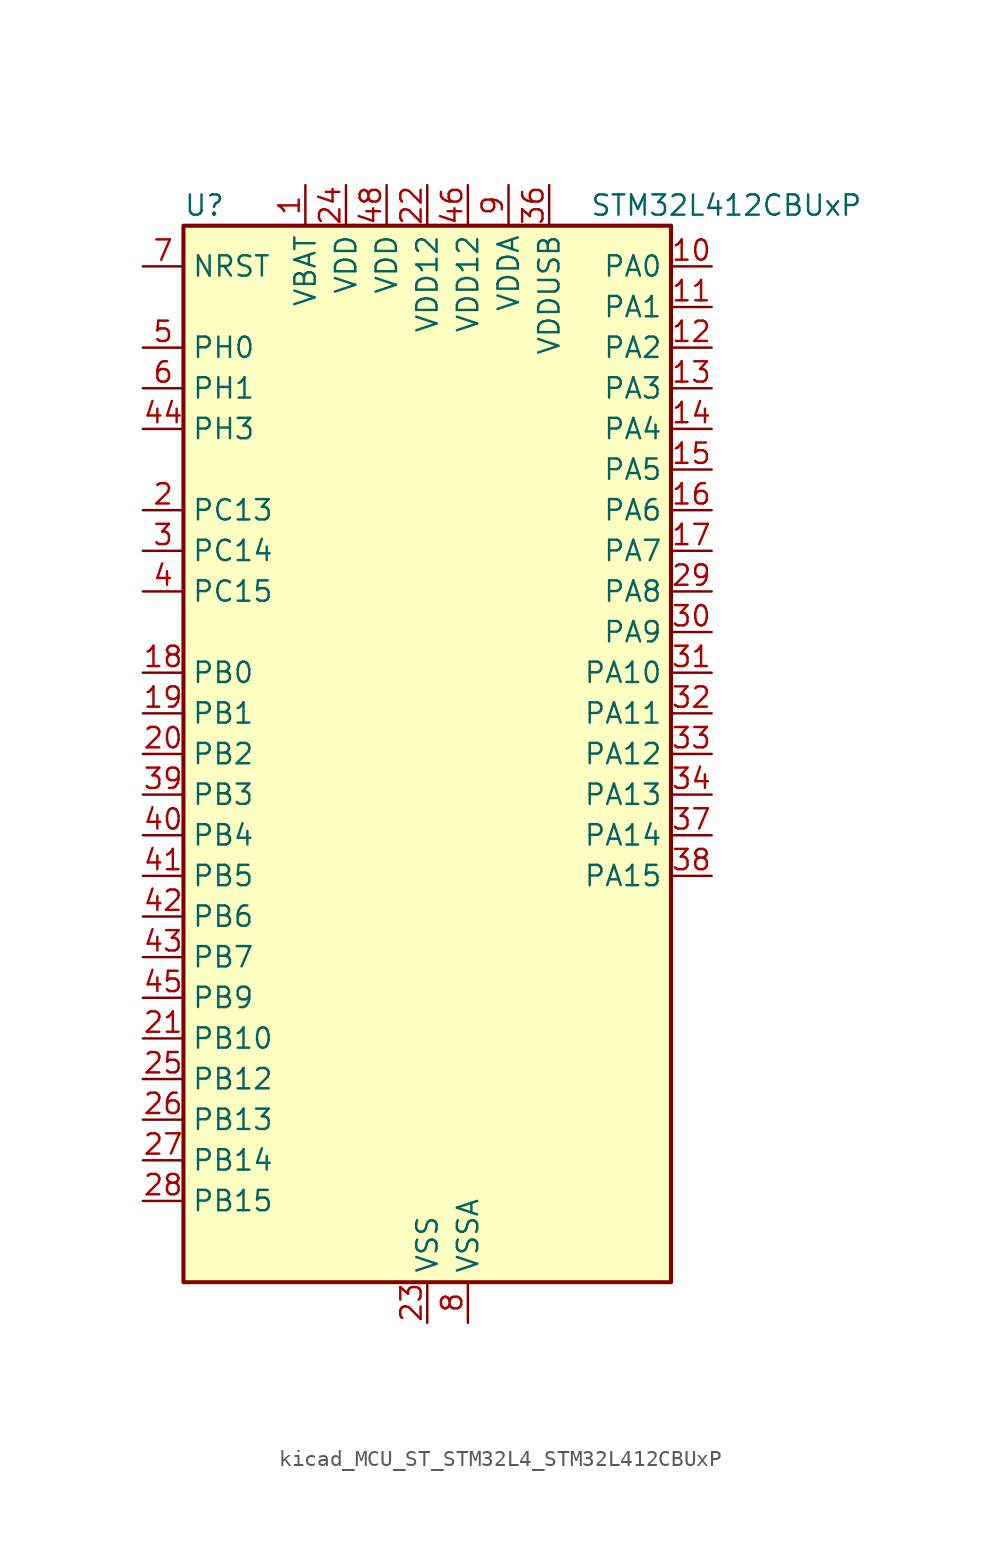
<source format=kicad_sym>
(kicad_symbol_lib
  (version 20220914)
  (generator kicad_symbol_editor)
  (symbol "kicad_MCU_ST_STM32L4_STM32L412CBUxP"
    (property "Reference" "U"
      (at -15.24 34.29 0)
      (effects (font (size 1.27 1.27)) (justify left)))
    (property "Value" "STM32L412CBUxP"
      (at 10.16 34.29 0)
      (effects (font (size 1.27 1.27)) (justify left)))
    (property "ki_locked" ""
      (at 0 0 0)
      (effects (font (size 1.27 1.27))))
    (symbol "kicad_MCU_ST_STM32L4_STM32L412CBUxP_0_1"
      (rectangle (start -15.24 -33.02) (end 15.24 33.02) (stroke (width 0.254) (type default)) (fill (type background))))
    (symbol "kicad_MCU_ST_STM32L4_STM32L412CBUxP_1_1"
      (pin power_in line (at -7.62 35.56 270) (length 2.54) (name "VBAT" (effects (font (size 1.27 1.27)))) (number "1" (effects (font (size 1.27 1.27)))))
      (pin bidirectional line (at 17.78 30.48 180) (length 2.54) (name "PA0" (effects (font (size 1.27 1.27)))) (number "10" (effects (font (size 1.27 1.27)))) (alternate "ADC1_IN5" bidirectional line) (alternate "COMP1_INM" bidirectional line) (alternate "COMP1_OUT" bidirectional line) (alternate "OPAMP1_VINP" bidirectional line) (alternate "RTC_TAMP2" bidirectional line) (alternate "SYS_WKUP1" bidirectional line) (alternate "TIM2_CH1" bidirectional line) (alternate "TIM2_ETR" bidirectional line) (alternate "USART2_CTS" bidirectional line))
      (pin bidirectional line (at 17.78 27.94 180) (length 2.54) (name "PA1" (effects (font (size 1.27 1.27)))) (number "11" (effects (font (size 1.27 1.27)))) (alternate "ADC1_IN6" bidirectional line) (alternate "COMP1_INP" bidirectional line) (alternate "I2C1_SMBA" bidirectional line) (alternate "OPAMP1_VINM" bidirectional line) (alternate "SPI1_SCK" bidirectional line) (alternate "TIM15_CH1N" bidirectional line) (alternate "TIM2_CH2" bidirectional line) (alternate "USART2_DE" bidirectional line) (alternate "USART2_RTS" bidirectional line))
      (pin bidirectional line (at 17.78 25.4 180) (length 2.54) (name "PA2" (effects (font (size 1.27 1.27)))) (number "12" (effects (font (size 1.27 1.27)))) (alternate "ADC1_IN7" bidirectional line) (alternate "ADC2_IN7" bidirectional line) (alternate "LPUART1_TX" bidirectional line) (alternate "QUADSPI_BK1_NCS" bidirectional line) (alternate "RCC_LSCO" bidirectional line) (alternate "SYS_WKUP4" bidirectional line) (alternate "TIM15_CH1" bidirectional line) (alternate "TIM2_CH3" bidirectional line) (alternate "USART2_TX" bidirectional line))
      (pin bidirectional line (at 17.78 22.86 180) (length 2.54) (name "PA3" (effects (font (size 1.27 1.27)))) (number "13" (effects (font (size 1.27 1.27)))) (alternate "ADC1_IN8" bidirectional line) (alternate "ADC2_IN8" bidirectional line) (alternate "LPUART1_RX" bidirectional line) (alternate "OPAMP1_VOUT" bidirectional line) (alternate "QUADSPI_CLK" bidirectional line) (alternate "TIM15_CH2" bidirectional line) (alternate "TIM2_CH4" bidirectional line) (alternate "USART2_RX" bidirectional line))
      (pin bidirectional line (at 17.78 20.32 180) (length 2.54) (name "PA4" (effects (font (size 1.27 1.27)))) (number "14" (effects (font (size 1.27 1.27)))) (alternate "ADC1_IN9" bidirectional line) (alternate "ADC2_IN9" bidirectional line) (alternate "COMP1_INM" bidirectional line) (alternate "LPTIM2_OUT" bidirectional line) (alternate "SPI1_NSS" bidirectional line) (alternate "USART2_CK" bidirectional line))
      (pin bidirectional line (at 17.78 17.78 180) (length 2.54) (name "PA5" (effects (font (size 1.27 1.27)))) (number "15" (effects (font (size 1.27 1.27)))) (alternate "ADC1_IN10" bidirectional line) (alternate "ADC2_IN10" bidirectional line) (alternate "COMP1_INM" bidirectional line) (alternate "LPTIM2_ETR" bidirectional line) (alternate "SPI1_SCK" bidirectional line) (alternate "TIM2_CH1" bidirectional line) (alternate "TIM2_ETR" bidirectional line))
      (pin bidirectional line (at 17.78 15.24 180) (length 2.54) (name "PA6" (effects (font (size 1.27 1.27)))) (number "16" (effects (font (size 1.27 1.27)))) (alternate "ADC1_IN11" bidirectional line) (alternate "ADC2_IN11" bidirectional line) (alternate "COMP1_OUT" bidirectional line) (alternate "LPUART1_CTS" bidirectional line) (alternate "QUADSPI_BK1_IO3" bidirectional line) (alternate "SPI1_MISO" bidirectional line) (alternate "TIM16_CH1" bidirectional line) (alternate "TIM1_BKIN" bidirectional line) (alternate "USART3_CTS" bidirectional line))
      (pin bidirectional line (at 17.78 12.7 180) (length 2.54) (name "PA7" (effects (font (size 1.27 1.27)))) (number "17" (effects (font (size 1.27 1.27)))) (alternate "ADC1_IN12" bidirectional line) (alternate "ADC2_IN12" bidirectional line) (alternate "I2C3_SCL" bidirectional line) (alternate "QUADSPI_BK1_IO2" bidirectional line) (alternate "SPI1_MOSI" bidirectional line) (alternate "TIM1_CH1N" bidirectional line))
      (pin bidirectional line (at -17.78 5.08 0) (length 2.54) (name "PB0" (effects (font (size 1.27 1.27)))) (number "18" (effects (font (size 1.27 1.27)))) (alternate "ADC1_IN15" bidirectional line) (alternate "ADC2_IN15" bidirectional line) (alternate "COMP1_OUT" bidirectional line) (alternate "QUADSPI_BK1_IO1" bidirectional line) (alternate "SPI1_NSS" bidirectional line) (alternate "SYS_TRACED0" bidirectional line) (alternate "TIM1_CH2N" bidirectional line) (alternate "USART3_CK" bidirectional line))
      (pin bidirectional line (at -17.78 2.54 0) (length 2.54) (name "PB1" (effects (font (size 1.27 1.27)))) (number "19" (effects (font (size 1.27 1.27)))) (alternate "ADC1_IN16" bidirectional line) (alternate "ADC2_IN16" bidirectional line) (alternate "COMP1_INM" bidirectional line) (alternate "LPTIM2_IN1" bidirectional line) (alternate "LPUART1_DE" bidirectional line) (alternate "LPUART1_RTS" bidirectional line) (alternate "QUADSPI_BK1_IO0" bidirectional line) (alternate "SYS_TRACED1" bidirectional line) (alternate "TIM1_CH3N" bidirectional line) (alternate "USART3_DE" bidirectional line) (alternate "USART3_RTS" bidirectional line))
      (pin bidirectional line (at -17.78 15.24 0) (length 2.54) (name "PC13" (effects (font (size 1.27 1.27)))) (number "2" (effects (font (size 1.27 1.27)))) (alternate "RTC_OUT_ALARM" bidirectional line) (alternate "RTC_OUT_CALIB" bidirectional line) (alternate "RTC_TAMP1" bidirectional line) (alternate "RTC_TS" bidirectional line) (alternate "SYS_WKUP2" bidirectional line))
      (pin bidirectional line (at -17.78 0 0) (length 2.54) (name "PB2" (effects (font (size 1.27 1.27)))) (number "20" (effects (font (size 1.27 1.27)))) (alternate "COMP1_INP" bidirectional line) (alternate "I2C3_SMBA" bidirectional line) (alternate "LPTIM1_OUT" bidirectional line) (alternate "RTC_OUT_ALARM" bidirectional line) (alternate "RTC_OUT_CALIB" bidirectional line))
      (pin bidirectional line (at -17.78 -17.78 0) (length 2.54) (name "PB10" (effects (font (size 1.27 1.27)))) (number "21" (effects (font (size 1.27 1.27)))) (alternate "COMP1_OUT" bidirectional line) (alternate "I2C2_SCL" bidirectional line) (alternate "LPUART1_RX" bidirectional line) (alternate "QUADSPI_CLK" bidirectional line) (alternate "SPI2_SCK" bidirectional line) (alternate "TIM2_CH3" bidirectional line) (alternate "TSC_SYNC" bidirectional line) (alternate "USART3_TX" bidirectional line))
      (pin power_in line (at 0 35.56 270) (length 2.54) (name "VDD12" (effects (font (size 1.27 1.27)))) (number "22" (effects (font (size 1.27 1.27)))))
      (pin power_in line (at 0 -35.56 90) (length 2.54) (name "VSS" (effects (font (size 1.27 1.27)))) (number "23" (effects (font (size 1.27 1.27)))))
      (pin power_in line (at -5.08 35.56 270) (length 2.54) (name "VDD" (effects (font (size 1.27 1.27)))) (number "24" (effects (font (size 1.27 1.27)))))
      (pin bidirectional line (at -17.78 -20.32 0) (length 2.54) (name "PB12" (effects (font (size 1.27 1.27)))) (number "25" (effects (font (size 1.27 1.27)))) (alternate "I2C2_SMBA" bidirectional line) (alternate "LPUART1_DE" bidirectional line) (alternate "LPUART1_RTS" bidirectional line) (alternate "SPI2_NSS" bidirectional line) (alternate "TIM15_BKIN" bidirectional line) (alternate "TIM1_BKIN" bidirectional line) (alternate "TSC_G1_IO1" bidirectional line) (alternate "USART3_CK" bidirectional line))
      (pin bidirectional line (at -17.78 -22.86 0) (length 2.54) (name "PB13" (effects (font (size 1.27 1.27)))) (number "26" (effects (font (size 1.27 1.27)))) (alternate "I2C2_SCL" bidirectional line) (alternate "LPUART1_CTS" bidirectional line) (alternate "SPI2_SCK" bidirectional line) (alternate "TIM15_CH1N" bidirectional line) (alternate "TIM1_CH1N" bidirectional line) (alternate "TSC_G1_IO2" bidirectional line) (alternate "USART3_CTS" bidirectional line))
      (pin bidirectional line (at -17.78 -25.4 0) (length 2.54) (name "PB14" (effects (font (size 1.27 1.27)))) (number "27" (effects (font (size 1.27 1.27)))) (alternate "I2C2_SDA" bidirectional line) (alternate "SPI2_MISO" bidirectional line) (alternate "TIM15_CH1" bidirectional line) (alternate "TIM1_CH2N" bidirectional line) (alternate "TSC_G1_IO3" bidirectional line) (alternate "USART3_DE" bidirectional line) (alternate "USART3_RTS" bidirectional line))
      (pin bidirectional line (at -17.78 -27.94 0) (length 2.54) (name "PB15" (effects (font (size 1.27 1.27)))) (number "28" (effects (font (size 1.27 1.27)))) (alternate "ADC1_EXTI15" bidirectional line) (alternate "ADC2_EXTI15" bidirectional line) (alternate "RTC_REFIN" bidirectional line) (alternate "SPI2_MOSI" bidirectional line) (alternate "TIM15_CH2" bidirectional line) (alternate "TIM1_CH3N" bidirectional line) (alternate "TSC_G1_IO4" bidirectional line))
      (pin bidirectional line (at 17.78 10.16 180) (length 2.54) (name "PA8" (effects (font (size 1.27 1.27)))) (number "29" (effects (font (size 1.27 1.27)))) (alternate "LPTIM2_OUT" bidirectional line) (alternate "RCC_MCO" bidirectional line) (alternate "TIM1_CH1" bidirectional line) (alternate "USART1_CK" bidirectional line))
      (pin bidirectional line (at -17.78 12.7 0) (length 2.54) (name "PC14" (effects (font (size 1.27 1.27)))) (number "3" (effects (font (size 1.27 1.27)))) (alternate "RCC_OSC32_IN" bidirectional line))
      (pin bidirectional line (at 17.78 7.62 180) (length 2.54) (name "PA9" (effects (font (size 1.27 1.27)))) (number "30" (effects (font (size 1.27 1.27)))) (alternate "I2C1_SCL" bidirectional line) (alternate "TIM15_BKIN" bidirectional line) (alternate "TIM1_CH2" bidirectional line) (alternate "USART1_TX" bidirectional line))
      (pin bidirectional line (at 17.78 5.08 180) (length 2.54) (name "PA10" (effects (font (size 1.27 1.27)))) (number "31" (effects (font (size 1.27 1.27)))) (alternate "CRS_SYNC" bidirectional line) (alternate "I2C1_SDA" bidirectional line) (alternate "TIM1_CH3" bidirectional line) (alternate "USART1_RX" bidirectional line))
      (pin bidirectional line (at 17.78 2.54 180) (length 2.54) (name "PA11" (effects (font (size 1.27 1.27)))) (number "32" (effects (font (size 1.27 1.27)))) (alternate "ADC1_EXTI11" bidirectional line) (alternate "ADC2_EXTI11" bidirectional line) (alternate "COMP1_OUT" bidirectional line) (alternate "SPI1_MISO" bidirectional line) (alternate "TIM1_BKIN2" bidirectional line) (alternate "TIM1_BKIN2_COMP1" bidirectional line) (alternate "TIM1_CH4" bidirectional line) (alternate "USART1_CTS" bidirectional line) (alternate "USB_DM" bidirectional line))
      (pin bidirectional line (at 17.78 0 180) (length 2.54) (name "PA12" (effects (font (size 1.27 1.27)))) (number "33" (effects (font (size 1.27 1.27)))) (alternate "SPI1_MOSI" bidirectional line) (alternate "TIM1_ETR" bidirectional line) (alternate "USART1_DE" bidirectional line) (alternate "USART1_RTS" bidirectional line) (alternate "USB_DP" bidirectional line))
      (pin bidirectional line (at 17.78 -2.54 180) (length 2.54) (name "PA13" (effects (font (size 1.27 1.27)))) (number "34" (effects (font (size 1.27 1.27)))) (alternate "IR_OUT" bidirectional line) (alternate "SYS_JTMS-SWDIO" bidirectional line) (alternate "USB_NOE" bidirectional line))
      (pin passive line (at 0 -35.56 90) (length 2.54) hide (name "VSS" (effects (font (size 1.27 1.27)))) (number "35" (effects (font (size 1.27 1.27)))))
      (pin power_in line (at 7.62 35.56 270) (length 2.54) (name "VDDUSB" (effects (font (size 1.27 1.27)))) (number "36" (effects (font (size 1.27 1.27)))))
      (pin bidirectional line (at 17.78 -5.08 180) (length 2.54) (name "PA14" (effects (font (size 1.27 1.27)))) (number "37" (effects (font (size 1.27 1.27)))) (alternate "I2C1_SMBA" bidirectional line) (alternate "LPTIM1_OUT" bidirectional line) (alternate "SYS_JTCK-SWCLK" bidirectional line))
      (pin bidirectional line (at 17.78 -7.62 180) (length 2.54) (name "PA15" (effects (font (size 1.27 1.27)))) (number "38" (effects (font (size 1.27 1.27)))) (alternate "ADC1_EXTI15" bidirectional line) (alternate "ADC2_EXTI15" bidirectional line) (alternate "SPI1_NSS" bidirectional line) (alternate "SYS_JTDI" bidirectional line) (alternate "TIM2_CH1" bidirectional line) (alternate "TIM2_ETR" bidirectional line) (alternate "USART2_RX" bidirectional line) (alternate "USART3_DE" bidirectional line) (alternate "USART3_RTS" bidirectional line))
      (pin bidirectional line (at -17.78 -2.54 0) (length 2.54) (name "PB3" (effects (font (size 1.27 1.27)))) (number "39" (effects (font (size 1.27 1.27)))) (alternate "SPI1_SCK" bidirectional line) (alternate "SYS_JTDO-SWO" bidirectional line) (alternate "TIM2_CH2" bidirectional line) (alternate "USART1_DE" bidirectional line) (alternate "USART1_RTS" bidirectional line))
      (pin bidirectional line (at -17.78 10.16 0) (length 2.54) (name "PC15" (effects (font (size 1.27 1.27)))) (number "4" (effects (font (size 1.27 1.27)))) (alternate "ADC1_EXTI15" bidirectional line) (alternate "ADC2_EXTI15" bidirectional line) (alternate "RCC_OSC32_OUT" bidirectional line))
      (pin bidirectional line (at -17.78 -5.08 0) (length 2.54) (name "PB4" (effects (font (size 1.27 1.27)))) (number "40" (effects (font (size 1.27 1.27)))) (alternate "I2C3_SDA" bidirectional line) (alternate "SPI1_MISO" bidirectional line) (alternate "SYS_JTRST" bidirectional line) (alternate "TSC_G2_IO1" bidirectional line) (alternate "USART1_CTS" bidirectional line))
      (pin bidirectional line (at -17.78 -7.62 0) (length 2.54) (name "PB5" (effects (font (size 1.27 1.27)))) (number "41" (effects (font (size 1.27 1.27)))) (alternate "I2C1_SMBA" bidirectional line) (alternate "LPTIM1_IN1" bidirectional line) (alternate "SPI1_MOSI" bidirectional line) (alternate "SYS_TRACED2" bidirectional line) (alternate "TIM16_BKIN" bidirectional line) (alternate "TSC_G2_IO2" bidirectional line) (alternate "USART1_CK" bidirectional line))
      (pin bidirectional line (at -17.78 -10.16 0) (length 2.54) (name "PB6" (effects (font (size 1.27 1.27)))) (number "42" (effects (font (size 1.27 1.27)))) (alternate "I2C1_SCL" bidirectional line) (alternate "LPTIM1_ETR" bidirectional line) (alternate "SYS_TRACED3" bidirectional line) (alternate "TIM16_CH1N" bidirectional line) (alternate "TSC_G2_IO3" bidirectional line) (alternate "USART1_TX" bidirectional line))
      (pin bidirectional line (at -17.78 -12.7 0) (length 2.54) (name "PB7" (effects (font (size 1.27 1.27)))) (number "43" (effects (font (size 1.27 1.27)))) (alternate "I2C1_SDA" bidirectional line) (alternate "LPTIM1_IN2" bidirectional line) (alternate "SYS_PVD_IN" bidirectional line) (alternate "SYS_TRACECLK" bidirectional line) (alternate "TSC_G2_IO4" bidirectional line) (alternate "USART1_RX" bidirectional line))
      (pin bidirectional line (at -17.78 20.32 0) (length 2.54) (name "PH3" (effects (font (size 1.27 1.27)))) (number "44" (effects (font (size 1.27 1.27)))))
      (pin bidirectional line (at -17.78 -15.24 0) (length 2.54) (name "PB9" (effects (font (size 1.27 1.27)))) (number "45" (effects (font (size 1.27 1.27)))) (alternate "I2C1_SDA" bidirectional line) (alternate "IR_OUT" bidirectional line) (alternate "SPI2_NSS" bidirectional line))
      (pin power_in line (at 2.54 35.56 270) (length 2.54) (name "VDD12" (effects (font (size 1.27 1.27)))) (number "46" (effects (font (size 1.27 1.27)))))
      (pin passive line (at 0 -35.56 90) (length 2.54) hide (name "VSS" (effects (font (size 1.27 1.27)))) (number "47" (effects (font (size 1.27 1.27)))))
      (pin power_in line (at -2.54 35.56 270) (length 2.54) (name "VDD" (effects (font (size 1.27 1.27)))) (number "48" (effects (font (size 1.27 1.27)))))
      (pin passive line (at 0 -35.56 90) (length 2.54) hide (name "VSS" (effects (font (size 1.27 1.27)))) (number "49" (effects (font (size 1.27 1.27)))))
      (pin bidirectional line (at -17.78 25.4 0) (length 2.54) (name "PH0" (effects (font (size 1.27 1.27)))) (number "5" (effects (font (size 1.27 1.27)))) (alternate "RCC_OSC_IN" bidirectional line))
      (pin bidirectional line (at -17.78 22.86 0) (length 2.54) (name "PH1" (effects (font (size 1.27 1.27)))) (number "6" (effects (font (size 1.27 1.27)))) (alternate "RCC_OSC_OUT" bidirectional line))
      (pin input line (at -17.78 30.48 0) (length 2.54) (name "NRST" (effects (font (size 1.27 1.27)))) (number "7" (effects (font (size 1.27 1.27)))))
      (pin power_in line (at 2.54 -35.56 90) (length 2.54) (name "VSSA" (effects (font (size 1.27 1.27)))) (number "8" (effects (font (size 1.27 1.27)))))
      (pin power_in line (at 5.08 35.56 270) (length 2.54) (name "VDDA" (effects (font (size 1.27 1.27)))) (number "9" (effects (font (size 1.27 1.27))))))))
</source>
